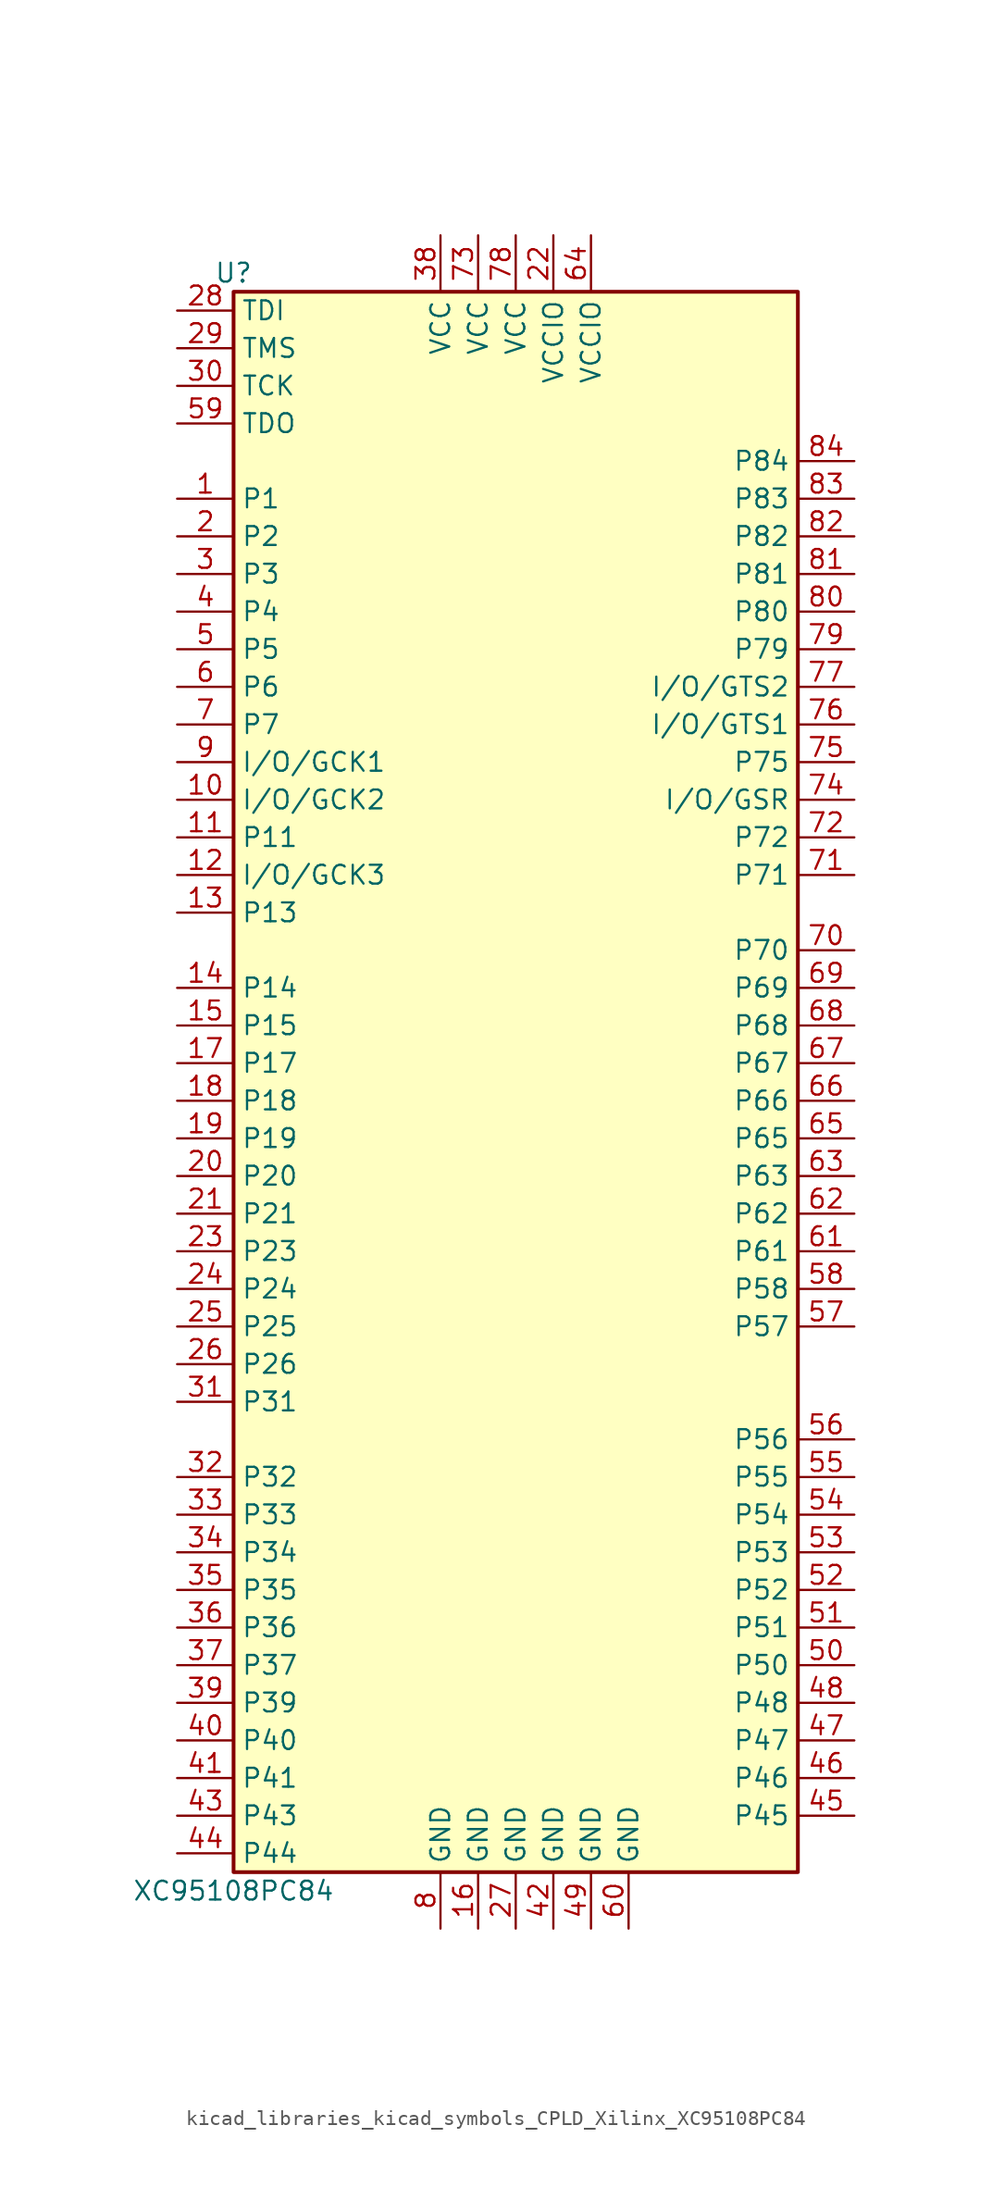
<source format=kicad_sym>
(kicad_symbol_lib
  (version 20220914)
  (generator kicad_symbol_editor)
  (symbol "kicad_libraries_kicad_symbols_CPLD_Xilinx_XC95108PC84"
    (property "Reference" "U"
      (at -19.05 53.34 0)
      (effects (font (size 1.27 1.27))))
    (property "Value" "XC95108PC84"
      (at -19.05 -55.88 0)
      (effects (font (size 1.27 1.27))))
    (symbol "kicad_libraries_kicad_symbols_CPLD_Xilinx_XC95108PC84_1_1"
      (rectangle (start -19.05 52.07) (end 19.05 -54.61) (stroke (width 0.254) (type default)) (fill (type background)))
      (pin bidirectional line (at -22.86 38.1 0) (length 3.81) (name "P1" (effects (font (size 1.27 1.27)))) (number "1" (effects (font (size 1.27 1.27)))))
      (pin bidirectional line (at -22.86 17.78 0) (length 3.81) (name "I/O/GCK2" (effects (font (size 1.27 1.27)))) (number "10" (effects (font (size 1.27 1.27)))))
      (pin bidirectional line (at -22.86 15.24 0) (length 3.81) (name "P11" (effects (font (size 1.27 1.27)))) (number "11" (effects (font (size 1.27 1.27)))))
      (pin bidirectional line (at -22.86 12.7 0) (length 3.81) (name "I/O/GCK3" (effects (font (size 1.27 1.27)))) (number "12" (effects (font (size 1.27 1.27)))))
      (pin bidirectional line (at -22.86 10.16 0) (length 3.81) (name "P13" (effects (font (size 1.27 1.27)))) (number "13" (effects (font (size 1.27 1.27)))))
      (pin bidirectional line (at -22.86 5.08 0) (length 3.81) (name "P14" (effects (font (size 1.27 1.27)))) (number "14" (effects (font (size 1.27 1.27)))))
      (pin bidirectional line (at -22.86 2.54 0) (length 3.81) (name "P15" (effects (font (size 1.27 1.27)))) (number "15" (effects (font (size 1.27 1.27)))))
      (pin power_in line (at -2.54 -58.42 90) (length 3.81) (name "GND" (effects (font (size 1.27 1.27)))) (number "16" (effects (font (size 1.27 1.27)))))
      (pin bidirectional line (at -22.86 0 0) (length 3.81) (name "P17" (effects (font (size 1.27 1.27)))) (number "17" (effects (font (size 1.27 1.27)))))
      (pin bidirectional line (at -22.86 -2.54 0) (length 3.81) (name "P18" (effects (font (size 1.27 1.27)))) (number "18" (effects (font (size 1.27 1.27)))))
      (pin bidirectional line (at -22.86 -5.08 0) (length 3.81) (name "P19" (effects (font (size 1.27 1.27)))) (number "19" (effects (font (size 1.27 1.27)))))
      (pin bidirectional line (at -22.86 35.56 0) (length 3.81) (name "P2" (effects (font (size 1.27 1.27)))) (number "2" (effects (font (size 1.27 1.27)))))
      (pin bidirectional line (at -22.86 -7.62 0) (length 3.81) (name "P20" (effects (font (size 1.27 1.27)))) (number "20" (effects (font (size 1.27 1.27)))))
      (pin bidirectional line (at -22.86 -10.16 0) (length 3.81) (name "P21" (effects (font (size 1.27 1.27)))) (number "21" (effects (font (size 1.27 1.27)))))
      (pin power_in line (at 2.54 55.88 270) (length 3.81) (name "VCCIO" (effects (font (size 1.27 1.27)))) (number "22" (effects (font (size 1.27 1.27)))))
      (pin bidirectional line (at -22.86 -12.7 0) (length 3.81) (name "P23" (effects (font (size 1.27 1.27)))) (number "23" (effects (font (size 1.27 1.27)))))
      (pin bidirectional line (at -22.86 -15.24 0) (length 3.81) (name "P24" (effects (font (size 1.27 1.27)))) (number "24" (effects (font (size 1.27 1.27)))))
      (pin bidirectional line (at -22.86 -17.78 0) (length 3.81) (name "P25" (effects (font (size 1.27 1.27)))) (number "25" (effects (font (size 1.27 1.27)))))
      (pin bidirectional line (at -22.86 -20.32 0) (length 3.81) (name "P26" (effects (font (size 1.27 1.27)))) (number "26" (effects (font (size 1.27 1.27)))))
      (pin power_in line (at 0 -58.42 90) (length 3.81) (name "GND" (effects (font (size 1.27 1.27)))) (number "27" (effects (font (size 1.27 1.27)))))
      (pin input line (at -22.86 50.8 0) (length 3.81) (name "TDI" (effects (font (size 1.27 1.27)))) (number "28" (effects (font (size 1.27 1.27)))))
      (pin input line (at -22.86 48.26 0) (length 3.81) (name "TMS" (effects (font (size 1.27 1.27)))) (number "29" (effects (font (size 1.27 1.27)))))
      (pin bidirectional line (at -22.86 33.02 0) (length 3.81) (name "P3" (effects (font (size 1.27 1.27)))) (number "3" (effects (font (size 1.27 1.27)))))
      (pin input line (at -22.86 45.72 0) (length 3.81) (name "TCK" (effects (font (size 1.27 1.27)))) (number "30" (effects (font (size 1.27 1.27)))))
      (pin bidirectional line (at -22.86 -22.86 0) (length 3.81) (name "P31" (effects (font (size 1.27 1.27)))) (number "31" (effects (font (size 1.27 1.27)))))
      (pin bidirectional line (at -22.86 -27.94 0) (length 3.81) (name "P32" (effects (font (size 1.27 1.27)))) (number "32" (effects (font (size 1.27 1.27)))))
      (pin bidirectional line (at -22.86 -30.48 0) (length 3.81) (name "P33" (effects (font (size 1.27 1.27)))) (number "33" (effects (font (size 1.27 1.27)))))
      (pin bidirectional line (at -22.86 -33.02 0) (length 3.81) (name "P34" (effects (font (size 1.27 1.27)))) (number "34" (effects (font (size 1.27 1.27)))))
      (pin bidirectional line (at -22.86 -35.56 0) (length 3.81) (name "P35" (effects (font (size 1.27 1.27)))) (number "35" (effects (font (size 1.27 1.27)))))
      (pin bidirectional line (at -22.86 -38.1 0) (length 3.81) (name "P36" (effects (font (size 1.27 1.27)))) (number "36" (effects (font (size 1.27 1.27)))))
      (pin bidirectional line (at -22.86 -40.64 0) (length 3.81) (name "P37" (effects (font (size 1.27 1.27)))) (number "37" (effects (font (size 1.27 1.27)))))
      (pin power_in line (at -5.08 55.88 270) (length 3.81) (name "VCC" (effects (font (size 1.27 1.27)))) (number "38" (effects (font (size 1.27 1.27)))))
      (pin bidirectional line (at -22.86 -43.18 0) (length 3.81) (name "P39" (effects (font (size 1.27 1.27)))) (number "39" (effects (font (size 1.27 1.27)))))
      (pin bidirectional line (at -22.86 30.48 0) (length 3.81) (name "P4" (effects (font (size 1.27 1.27)))) (number "4" (effects (font (size 1.27 1.27)))))
      (pin bidirectional line (at -22.86 -45.72 0) (length 3.81) (name "P40" (effects (font (size 1.27 1.27)))) (number "40" (effects (font (size 1.27 1.27)))))
      (pin bidirectional line (at -22.86 -48.26 0) (length 3.81) (name "P41" (effects (font (size 1.27 1.27)))) (number "41" (effects (font (size 1.27 1.27)))))
      (pin power_in line (at 2.54 -58.42 90) (length 3.81) (name "GND" (effects (font (size 1.27 1.27)))) (number "42" (effects (font (size 1.27 1.27)))))
      (pin bidirectional line (at -22.86 -50.8 0) (length 3.81) (name "P43" (effects (font (size 1.27 1.27)))) (number "43" (effects (font (size 1.27 1.27)))))
      (pin bidirectional line (at -22.86 -53.34 0) (length 3.81) (name "P44" (effects (font (size 1.27 1.27)))) (number "44" (effects (font (size 1.27 1.27)))))
      (pin bidirectional line (at 22.86 -50.8 180) (length 3.81) (name "P45" (effects (font (size 1.27 1.27)))) (number "45" (effects (font (size 1.27 1.27)))))
      (pin bidirectional line (at 22.86 -48.26 180) (length 3.81) (name "P46" (effects (font (size 1.27 1.27)))) (number "46" (effects (font (size 1.27 1.27)))))
      (pin bidirectional line (at 22.86 -45.72 180) (length 3.81) (name "P47" (effects (font (size 1.27 1.27)))) (number "47" (effects (font (size 1.27 1.27)))))
      (pin bidirectional line (at 22.86 -43.18 180) (length 3.81) (name "P48" (effects (font (size 1.27 1.27)))) (number "48" (effects (font (size 1.27 1.27)))))
      (pin power_in line (at 5.08 -58.42 90) (length 3.81) (name "GND" (effects (font (size 1.27 1.27)))) (number "49" (effects (font (size 1.27 1.27)))))
      (pin bidirectional line (at -22.86 27.94 0) (length 3.81) (name "P5" (effects (font (size 1.27 1.27)))) (number "5" (effects (font (size 1.27 1.27)))))
      (pin bidirectional line (at 22.86 -40.64 180) (length 3.81) (name "P50" (effects (font (size 1.27 1.27)))) (number "50" (effects (font (size 1.27 1.27)))))
      (pin bidirectional line (at 22.86 -38.1 180) (length 3.81) (name "P51" (effects (font (size 1.27 1.27)))) (number "51" (effects (font (size 1.27 1.27)))))
      (pin bidirectional line (at 22.86 -35.56 180) (length 3.81) (name "P52" (effects (font (size 1.27 1.27)))) (number "52" (effects (font (size 1.27 1.27)))))
      (pin bidirectional line (at 22.86 -33.02 180) (length 3.81) (name "P53" (effects (font (size 1.27 1.27)))) (number "53" (effects (font (size 1.27 1.27)))))
      (pin bidirectional line (at 22.86 -30.48 180) (length 3.81) (name "P54" (effects (font (size 1.27 1.27)))) (number "54" (effects (font (size 1.27 1.27)))))
      (pin bidirectional line (at 22.86 -27.94 180) (length 3.81) (name "P55" (effects (font (size 1.27 1.27)))) (number "55" (effects (font (size 1.27 1.27)))))
      (pin bidirectional line (at 22.86 -25.4 180) (length 3.81) (name "P56" (effects (font (size 1.27 1.27)))) (number "56" (effects (font (size 1.27 1.27)))))
      (pin bidirectional line (at 22.86 -17.78 180) (length 3.81) (name "P57" (effects (font (size 1.27 1.27)))) (number "57" (effects (font (size 1.27 1.27)))))
      (pin bidirectional line (at 22.86 -15.24 180) (length 3.81) (name "P58" (effects (font (size 1.27 1.27)))) (number "58" (effects (font (size 1.27 1.27)))))
      (pin output line (at -22.86 43.18 0) (length 3.81) (name "TDO" (effects (font (size 1.27 1.27)))) (number "59" (effects (font (size 1.27 1.27)))))
      (pin bidirectional line (at -22.86 25.4 0) (length 3.81) (name "P6" (effects (font (size 1.27 1.27)))) (number "6" (effects (font (size 1.27 1.27)))))
      (pin power_in line (at 7.62 -58.42 90) (length 3.81) (name "GND" (effects (font (size 1.27 1.27)))) (number "60" (effects (font (size 1.27 1.27)))))
      (pin bidirectional line (at 22.86 -12.7 180) (length 3.81) (name "P61" (effects (font (size 1.27 1.27)))) (number "61" (effects (font (size 1.27 1.27)))))
      (pin bidirectional line (at 22.86 -10.16 180) (length 3.81) (name "P62" (effects (font (size 1.27 1.27)))) (number "62" (effects (font (size 1.27 1.27)))))
      (pin bidirectional line (at 22.86 -7.62 180) (length 3.81) (name "P63" (effects (font (size 1.27 1.27)))) (number "63" (effects (font (size 1.27 1.27)))))
      (pin power_in line (at 5.08 55.88 270) (length 3.81) (name "VCCIO" (effects (font (size 1.27 1.27)))) (number "64" (effects (font (size 1.27 1.27)))))
      (pin bidirectional line (at 22.86 -5.08 180) (length 3.81) (name "P65" (effects (font (size 1.27 1.27)))) (number "65" (effects (font (size 1.27 1.27)))))
      (pin bidirectional line (at 22.86 -2.54 180) (length 3.81) (name "P66" (effects (font (size 1.27 1.27)))) (number "66" (effects (font (size 1.27 1.27)))))
      (pin bidirectional line (at 22.86 0 180) (length 3.81) (name "P67" (effects (font (size 1.27 1.27)))) (number "67" (effects (font (size 1.27 1.27)))))
      (pin bidirectional line (at 22.86 2.54 180) (length 3.81) (name "P68" (effects (font (size 1.27 1.27)))) (number "68" (effects (font (size 1.27 1.27)))))
      (pin bidirectional line (at 22.86 5.08 180) (length 3.81) (name "P69" (effects (font (size 1.27 1.27)))) (number "69" (effects (font (size 1.27 1.27)))))
      (pin bidirectional line (at -22.86 22.86 0) (length 3.81) (name "P7" (effects (font (size 1.27 1.27)))) (number "7" (effects (font (size 1.27 1.27)))))
      (pin bidirectional line (at 22.86 7.62 180) (length 3.81) (name "P70" (effects (font (size 1.27 1.27)))) (number "70" (effects (font (size 1.27 1.27)))))
      (pin bidirectional line (at 22.86 12.7 180) (length 3.81) (name "P71" (effects (font (size 1.27 1.27)))) (number "71" (effects (font (size 1.27 1.27)))))
      (pin bidirectional line (at 22.86 15.24 180) (length 3.81) (name "P72" (effects (font (size 1.27 1.27)))) (number "72" (effects (font (size 1.27 1.27)))))
      (pin power_in line (at -2.54 55.88 270) (length 3.81) (name "VCC" (effects (font (size 1.27 1.27)))) (number "73" (effects (font (size 1.27 1.27)))))
      (pin bidirectional line (at 22.86 17.78 180) (length 3.81) (name "I/O/GSR" (effects (font (size 1.27 1.27)))) (number "74" (effects (font (size 1.27 1.27)))))
      (pin bidirectional line (at 22.86 20.32 180) (length 3.81) (name "P75" (effects (font (size 1.27 1.27)))) (number "75" (effects (font (size 1.27 1.27)))))
      (pin bidirectional line (at 22.86 22.86 180) (length 3.81) (name "I/O/GTS1" (effects (font (size 1.27 1.27)))) (number "76" (effects (font (size 1.27 1.27)))))
      (pin bidirectional line (at 22.86 25.4 180) (length 3.81) (name "I/O/GTS2" (effects (font (size 1.27 1.27)))) (number "77" (effects (font (size 1.27 1.27)))))
      (pin power_in line (at 0 55.88 270) (length 3.81) (name "VCC" (effects (font (size 1.27 1.27)))) (number "78" (effects (font (size 1.27 1.27)))))
      (pin bidirectional line (at 22.86 27.94 180) (length 3.81) (name "P79" (effects (font (size 1.27 1.27)))) (number "79" (effects (font (size 1.27 1.27)))))
      (pin power_in line (at -5.08 -58.42 90) (length 3.81) (name "GND" (effects (font (size 1.27 1.27)))) (number "8" (effects (font (size 1.27 1.27)))))
      (pin bidirectional line (at 22.86 30.48 180) (length 3.81) (name "P80" (effects (font (size 1.27 1.27)))) (number "80" (effects (font (size 1.27 1.27)))))
      (pin bidirectional line (at 22.86 33.02 180) (length 3.81) (name "P81" (effects (font (size 1.27 1.27)))) (number "81" (effects (font (size 1.27 1.27)))))
      (pin bidirectional line (at 22.86 35.56 180) (length 3.81) (name "P82" (effects (font (size 1.27 1.27)))) (number "82" (effects (font (size 1.27 1.27)))))
      (pin bidirectional line (at 22.86 38.1 180) (length 3.81) (name "P83" (effects (font (size 1.27 1.27)))) (number "83" (effects (font (size 1.27 1.27)))))
      (pin bidirectional line (at 22.86 40.64 180) (length 3.81) (name "P84" (effects (font (size 1.27 1.27)))) (number "84" (effects (font (size 1.27 1.27)))))
      (pin bidirectional line (at -22.86 20.32 0) (length 3.81) (name "I/O/GCK1" (effects (font (size 1.27 1.27)))) (number "9" (effects (font (size 1.27 1.27))))))))
</source>
